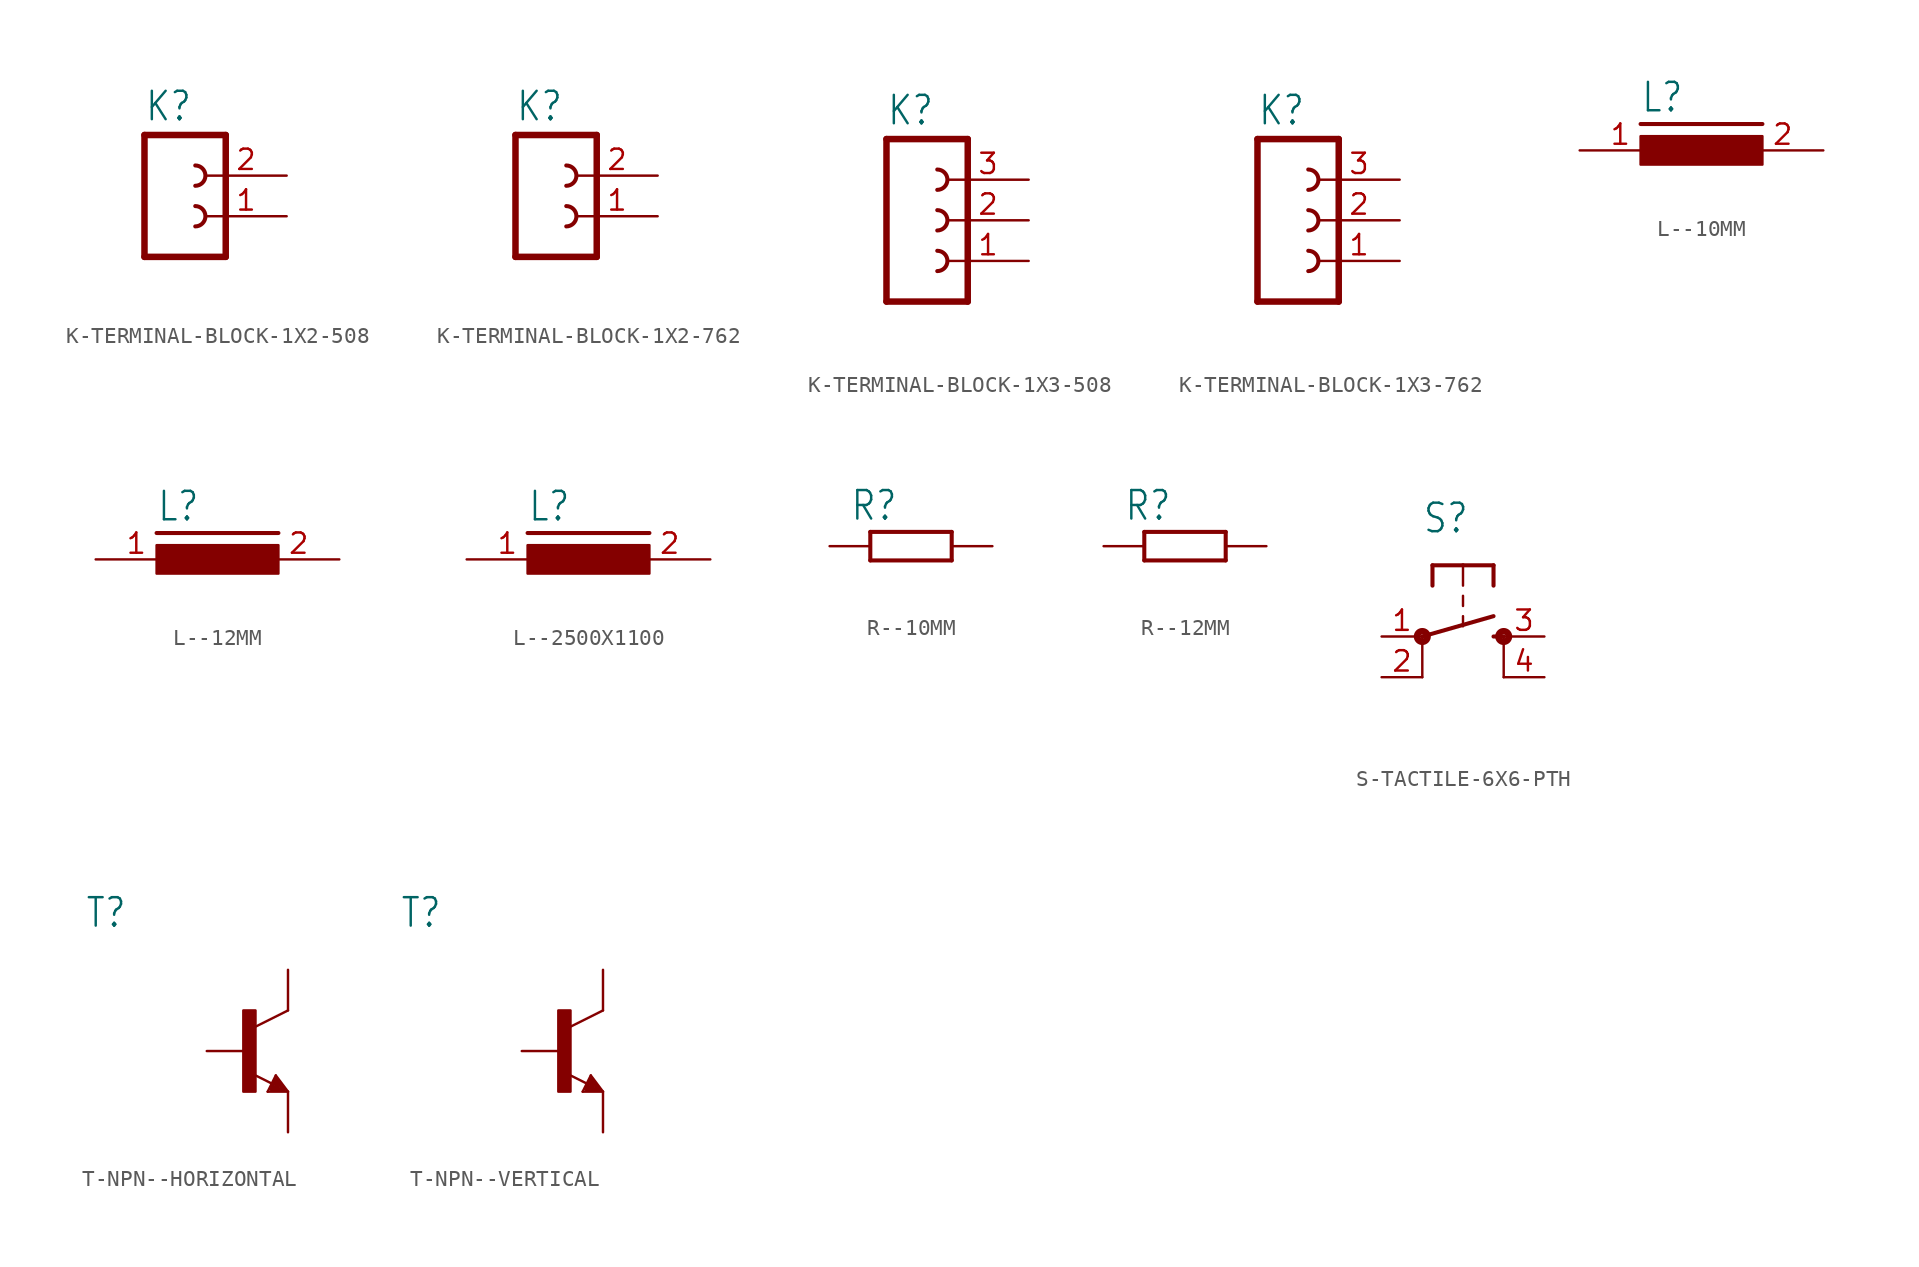
<source format=kicad_sym>
(kicad_symbol_lib
  (version 20231120)
  (generator "kicad_symbol_editor")
  (generator_version "8.0")
  (symbol "K-TERMINAL-BLOCK-1X2-508"
    (property "Reference" "K"
      (at -1.27 3.302 0)
      (effects (font (size 1.778 1.511)) (justify left bottom)))
    (property "Value" ""
      (at -1.27 -7.62 0)
      (effects (font (size 1.778 1.511)) (justify left bottom)))
    (property "ki_locked" ""
      (at 0 0 0)
      (effects (font (size 1.27 1.27))))
    (symbol "K-TERMINAL-BLOCK-1X2-508_1_0"
      (polyline (pts (xy -1.27 2.54) (xy -1.27 -5.08)) (stroke (width 0.406) (type solid)) (fill (type none)))
      (polyline (pts (xy -1.27 2.54) (xy 3.81 2.54)) (stroke (width 0.406) (type solid)) (fill (type none)))
      (polyline (pts (xy 3.81 -5.08) (xy -1.27 -5.08)) (stroke (width 0.406) (type solid)) (fill (type none)))
      (polyline (pts (xy 3.81 -5.08) (xy 3.81 2.54)) (stroke (width 0.406) (type solid)) (fill (type none)))
      (arc (start 1.905 -3.175) (mid 2.54 -2.54) (end 1.905 -1.905) (stroke (width 0.254) (type solid)) (fill (type none)))
      (arc (start 1.905 -0.635) (mid 2.54 0) (end 1.905 0.635) (stroke (width 0.254) (type solid)) (fill (type none)))
      (pin passive line (at 7.62 -2.54 180) (length 5.08) (name "1" (effects (font (size 0 0)))) (number "1" (effects (font (size 1.27 1.27)))))
      (pin passive line (at 7.62 0 180) (length 5.08) (name "2" (effects (font (size 0 0)))) (number "2" (effects (font (size 1.27 1.27)))))))
  (symbol "K-TERMINAL-BLOCK-1X2-762"
    (property "Reference" "K"
      (at -1.27 3.302 0)
      (effects (font (size 1.778 1.511)) (justify left bottom)))
    (property "Value" ""
      (at -1.27 -7.62 0)
      (effects (font (size 1.778 1.511)) (justify left bottom)))
    (property "ki_locked" ""
      (at 0 0 0)
      (effects (font (size 1.27 1.27))))
    (symbol "K-TERMINAL-BLOCK-1X2-762_1_0"
      (polyline (pts (xy -1.27 2.54) (xy -1.27 -5.08)) (stroke (width 0.406) (type solid)) (fill (type none)))
      (polyline (pts (xy -1.27 2.54) (xy 3.81 2.54)) (stroke (width 0.406) (type solid)) (fill (type none)))
      (polyline (pts (xy 3.81 -5.08) (xy -1.27 -5.08)) (stroke (width 0.406) (type solid)) (fill (type none)))
      (polyline (pts (xy 3.81 -5.08) (xy 3.81 2.54)) (stroke (width 0.406) (type solid)) (fill (type none)))
      (arc (start 1.905 -3.175) (mid 2.54 -2.54) (end 1.905 -1.905) (stroke (width 0.254) (type solid)) (fill (type none)))
      (arc (start 1.905 -0.635) (mid 2.54 0) (end 1.905 0.635) (stroke (width 0.254) (type solid)) (fill (type none)))
      (pin passive line (at 7.62 -2.54 180) (length 5.08) (name "1" (effects (font (size 0 0)))) (number "1" (effects (font (size 1.27 1.27)))))
      (pin passive line (at 7.62 0 180) (length 5.08) (name "2" (effects (font (size 0 0)))) (number "2" (effects (font (size 1.27 1.27)))))))
  (symbol "K-TERMINAL-BLOCK-1X3-508"
    (property "Reference" "K"
      (at -1.27 5.842 0)
      (effects (font (size 1.778 1.511)) (justify left bottom)))
    (property "Value" ""
      (at -1.27 -7.62 0)
      (effects (font (size 1.778 1.511)) (justify left bottom)))
    (property "ki_locked" ""
      (at 0 0 0)
      (effects (font (size 1.27 1.27))))
    (symbol "K-TERMINAL-BLOCK-1X3-508_1_0"
      (polyline (pts (xy -1.27 5.08) (xy -1.27 -5.08)) (stroke (width 0.406) (type solid)) (fill (type none)))
      (polyline (pts (xy -1.27 5.08) (xy 3.81 5.08)) (stroke (width 0.406) (type solid)) (fill (type none)))
      (polyline (pts (xy 3.81 -5.08) (xy -1.27 -5.08)) (stroke (width 0.406) (type solid)) (fill (type none)))
      (polyline (pts (xy 3.81 -5.08) (xy 3.81 5.08)) (stroke (width 0.406) (type solid)) (fill (type none)))
      (arc (start 1.905 -3.175) (mid 2.54 -2.54) (end 1.905 -1.905) (stroke (width 0.254) (type solid)) (fill (type none)))
      (arc (start 1.905 -0.635) (mid 2.54 0) (end 1.905 0.635) (stroke (width 0.254) (type solid)) (fill (type none)))
      (arc (start 1.905 1.905) (mid 2.54 2.54) (end 1.905 3.175) (stroke (width 0.254) (type solid)) (fill (type none)))
      (pin passive line (at 7.62 -2.54 180) (length 5.08) (name "1" (effects (font (size 0 0)))) (number "1" (effects (font (size 1.27 1.27)))))
      (pin passive line (at 7.62 0 180) (length 5.08) (name "2" (effects (font (size 0 0)))) (number "2" (effects (font (size 1.27 1.27)))))
      (pin passive line (at 7.62 2.54 180) (length 5.08) (name "3" (effects (font (size 0 0)))) (number "3" (effects (font (size 1.27 1.27)))))))
  (symbol "K-TERMINAL-BLOCK-1X3-762"
    (property "Reference" "K"
      (at -1.27 5.842 0)
      (effects (font (size 1.778 1.511)) (justify left bottom)))
    (property "Value" ""
      (at -1.27 -7.62 0)
      (effects (font (size 1.778 1.511)) (justify left bottom)))
    (property "ki_locked" ""
      (at 0 0 0)
      (effects (font (size 1.27 1.27))))
    (symbol "K-TERMINAL-BLOCK-1X3-762_1_0"
      (polyline (pts (xy -1.27 5.08) (xy -1.27 -5.08)) (stroke (width 0.406) (type solid)) (fill (type none)))
      (polyline (pts (xy -1.27 5.08) (xy 3.81 5.08)) (stroke (width 0.406) (type solid)) (fill (type none)))
      (polyline (pts (xy 3.81 -5.08) (xy -1.27 -5.08)) (stroke (width 0.406) (type solid)) (fill (type none)))
      (polyline (pts (xy 3.81 -5.08) (xy 3.81 5.08)) (stroke (width 0.406) (type solid)) (fill (type none)))
      (arc (start 1.905 -3.175) (mid 2.54 -2.54) (end 1.905 -1.905) (stroke (width 0.254) (type solid)) (fill (type none)))
      (arc (start 1.905 -0.635) (mid 2.54 0) (end 1.905 0.635) (stroke (width 0.254) (type solid)) (fill (type none)))
      (arc (start 1.905 1.905) (mid 2.54 2.54) (end 1.905 3.175) (stroke (width 0.254) (type solid)) (fill (type none)))
      (pin passive line (at 7.62 -2.54 180) (length 5.08) (name "1" (effects (font (size 0 0)))) (number "1" (effects (font (size 1.27 1.27)))))
      (pin passive line (at 7.62 0 180) (length 5.08) (name "2" (effects (font (size 0 0)))) (number "2" (effects (font (size 1.27 1.27)))))
      (pin passive line (at 7.62 2.54 180) (length 5.08) (name "3" (effects (font (size 0 0)))) (number "3" (effects (font (size 1.27 1.27)))))))
  (symbol "L--10MM"
    (property "Reference" "L"
      (at -3.81 2.286 0)
      (effects (font (size 1.778 1.511)) (justify left bottom)))
    (property "Value" ""
      (at -3.937 -3.048 0)
      (effects (font (size 1.778 1.511)) (justify left bottom)))
    (property "ki_locked" ""
      (at 0 0 0)
      (effects (font (size 1.27 1.27))))
    (symbol "L--10MM_1_0"
      (rectangle (start -3.81 -0.889) (end 3.81 0.889) (stroke (width 0) (type default)) (fill (type outline)))
      (polyline (pts (xy -3.81 1.651) (xy 3.81 1.651)) (stroke (width 0.254) (type solid)) (fill (type none)))
      (pin passive line (at -7.62 0 0) (length 5.08) (name "1" (effects (font (size 0 0)))) (number "1" (effects (font (size 1.27 1.27)))))
      (pin passive line (at 7.62 0 180) (length 5.08) (name "2" (effects (font (size 0 0)))) (number "2" (effects (font (size 1.27 1.27)))))))
  (symbol "L--12MM"
    (property "Reference" "L"
      (at -3.81 2.286 0)
      (effects (font (size 1.778 1.511)) (justify left bottom)))
    (property "Value" ""
      (at -3.937 -3.048 0)
      (effects (font (size 1.778 1.511)) (justify left bottom)))
    (property "ki_locked" ""
      (at 0 0 0)
      (effects (font (size 1.27 1.27))))
    (symbol "L--12MM_1_0"
      (rectangle (start -3.81 -0.889) (end 3.81 0.889) (stroke (width 0) (type default)) (fill (type outline)))
      (polyline (pts (xy -3.81 1.651) (xy 3.81 1.651)) (stroke (width 0.254) (type solid)) (fill (type none)))
      (pin passive line (at -7.62 0 0) (length 5.08) (name "1" (effects (font (size 0 0)))) (number "1" (effects (font (size 1.27 1.27)))))
      (pin passive line (at 7.62 0 180) (length 5.08) (name "2" (effects (font (size 0 0)))) (number "2" (effects (font (size 1.27 1.27)))))))
  (symbol "L--2500X1100"
    (property "Reference" "L"
      (at -3.81 2.286 0)
      (effects (font (size 1.778 1.511)) (justify left bottom)))
    (property "Value" ""
      (at -3.937 -3.048 0)
      (effects (font (size 1.778 1.511)) (justify left bottom)))
    (property "ki_locked" ""
      (at 0 0 0)
      (effects (font (size 1.27 1.27))))
    (symbol "L--2500X1100_1_0"
      (rectangle (start -3.81 -0.889) (end 3.81 0.889) (stroke (width 0) (type default)) (fill (type outline)))
      (polyline (pts (xy -3.81 1.651) (xy 3.81 1.651)) (stroke (width 0.254) (type solid)) (fill (type none)))
      (pin passive line (at -7.62 0 0) (length 5.08) (name "1" (effects (font (size 0 0)))) (number "1" (effects (font (size 1.27 1.27)))))
      (pin passive line (at 7.62 0 180) (length 5.08) (name "2" (effects (font (size 0 0)))) (number "2" (effects (font (size 1.27 1.27)))))))
  (symbol "R--10MM"
    (property "Reference" "R"
      (at -3.81 1.499 0)
      (effects (font (size 1.778 1.511)) (justify left bottom)))
    (property "Value" ""
      (at -3.81 -3.302 0)
      (effects (font (size 1.778 1.511)) (justify left bottom)))
    (property "ki_locked" ""
      (at 0 0 0)
      (effects (font (size 1.27 1.27))))
    (symbol "R--10MM_1_0"
      (polyline (pts (xy -2.54 -0.889) (xy -2.54 0.889)) (stroke (width 0.254) (type solid)) (fill (type none)))
      (polyline (pts (xy -2.54 -0.889) (xy 2.54 -0.889)) (stroke (width 0.254) (type solid)) (fill (type none)))
      (polyline (pts (xy 2.54 -0.889) (xy 2.54 0.889)) (stroke (width 0.254) (type solid)) (fill (type none)))
      (polyline (pts (xy 2.54 0.889) (xy -2.54 0.889)) (stroke (width 0.254) (type solid)) (fill (type none)))
      (pin passive line (at -5.08 0 0) (length 2.54) (name "1" (effects (font (size 0 0)))) (number "1" (effects (font (size 0 0)))))
      (pin passive line (at 5.08 0 180) (length 2.54) (name "2" (effects (font (size 0 0)))) (number "2" (effects (font (size 0 0)))))))
  (symbol "R--12MM"
    (property "Reference" "R"
      (at -3.81 1.499 0)
      (effects (font (size 1.778 1.511)) (justify left bottom)))
    (property "Value" ""
      (at -3.81 -3.302 0)
      (effects (font (size 1.778 1.511)) (justify left bottom)))
    (property "ki_locked" ""
      (at 0 0 0)
      (effects (font (size 1.27 1.27))))
    (symbol "R--12MM_1_0"
      (polyline (pts (xy -2.54 -0.889) (xy -2.54 0.889)) (stroke (width 0.254) (type solid)) (fill (type none)))
      (polyline (pts (xy -2.54 -0.889) (xy 2.54 -0.889)) (stroke (width 0.254) (type solid)) (fill (type none)))
      (polyline (pts (xy 2.54 -0.889) (xy 2.54 0.889)) (stroke (width 0.254) (type solid)) (fill (type none)))
      (polyline (pts (xy 2.54 0.889) (xy -2.54 0.889)) (stroke (width 0.254) (type solid)) (fill (type none)))
      (pin passive line (at -5.08 0 0) (length 2.54) (name "1" (effects (font (size 0 0)))) (number "1" (effects (font (size 0 0)))))
      (pin passive line (at 5.08 0 180) (length 2.54) (name "2" (effects (font (size 0 0)))) (number "2" (effects (font (size 0 0)))))))
  (symbol "S-TACTILE-6X6-PTH"
    (property "Reference" "S"
      (at -2.54 6.35 0)
      (effects (font (size 1.778 1.511)) (justify left bottom)))
    (property "Value" ""
      (at -2.54 -6.35 0)
      (effects (font (size 1.778 1.511)) (justify left bottom)))
    (property "ki_locked" ""
      (at 0 0 0)
      (effects (font (size 1.27 1.27))))
    (symbol "S-TACTILE-6X6-PTH_1_0"
      (circle (center -2.54 0) (radius 0.127) (stroke (width 0.406) (type solid)) (fill (type none)))
      (polyline (pts (xy -2.54 -2.54) (xy -2.54 0)) (stroke (width 0.152) (type solid)) (fill (type none)))
      (polyline (pts (xy -2.54 0) (xy 1.905 1.27)) (stroke (width 0.254) (type solid)) (fill (type none)))
      (polyline (pts (xy -1.905 4.445) (xy -1.905 3.175)) (stroke (width 0.254) (type solid)) (fill (type none)))
      (polyline (pts (xy 0 1.27) (xy 0 0.635)) (stroke (width 0.152) (type solid)) (fill (type none)))
      (polyline (pts (xy 0 2.54) (xy 0 1.905)) (stroke (width 0.152) (type solid)) (fill (type none)))
      (polyline (pts (xy 0 4.445) (xy -1.905 4.445)) (stroke (width 0.254) (type solid)) (fill (type none)))
      (polyline (pts (xy 0 4.445) (xy 0 3.175)) (stroke (width 0.152) (type solid)) (fill (type none)))
      (polyline (pts (xy 1.905 0) (xy 2.54 0)) (stroke (width 0.254) (type solid)) (fill (type none)))
      (polyline (pts (xy 1.905 4.445) (xy 0 4.445)) (stroke (width 0.254) (type solid)) (fill (type none)))
      (polyline (pts (xy 1.905 4.445) (xy 1.905 3.175)) (stroke (width 0.254) (type solid)) (fill (type none)))
      (polyline (pts (xy 2.54 -2.54) (xy 2.54 0)) (stroke (width 0.152) (type solid)) (fill (type none)))
      (circle (center 2.54 0) (radius 0.127) (stroke (width 0.406) (type solid)) (fill (type none)))
      (pin passive line (at -5.08 0 0) (length 2.54) (name "1" (effects (font (size 0 0)))) (number "1" (effects (font (size 1.27 1.27)))))
      (pin passive line (at -5.08 -2.54 0) (length 2.54) (name "2" (effects (font (size 0 0)))) (number "2" (effects (font (size 1.27 1.27)))))
      (pin passive line (at 5.08 0 180) (length 2.54) (name "3" (effects (font (size 0 0)))) (number "3" (effects (font (size 1.27 1.27)))))
      (pin passive line (at 5.08 -2.54 180) (length 2.54) (name "4" (effects (font (size 0 0)))) (number "4" (effects (font (size 1.27 1.27)))))))
  (symbol "T-NPN--HORIZONTAL"
    (property "Reference" "T"
      (at -10.16 7.62 0)
      (effects (font (size 1.778 1.511)) (justify left bottom)))
    (property "Value" ""
      (at -10.16 5.08 0)
      (effects (font (size 1.778 1.511)) (justify left bottom)))
    (property "ki_locked" ""
      (at 0 0 0)
      (effects (font (size 1.27 1.27))))
    (symbol "T-NPN--HORIZONTAL_1_0"
      (rectangle (start -0.254 -2.54) (end 0.508 2.54) (stroke (width 0) (type default)) (fill (type outline)))
      (polyline (pts (xy 1.27 -2.54) (xy 1.778 -1.524)) (stroke (width 0.152) (type solid)) (fill (type none)))
      (polyline (pts (xy 1.524 -2.413) (xy 2.286 -2.413)) (stroke (width 0.254) (type solid)) (fill (type none)))
      (polyline (pts (xy 1.524 -2.286) (xy 1.905 -2.286)) (stroke (width 0.254) (type solid)) (fill (type none)))
      (polyline (pts (xy 1.54 -2.04) (xy 0.308 -1.424)) (stroke (width 0.152) (type solid)) (fill (type none)))
      (polyline (pts (xy 1.778 -1.778) (xy 1.524 -2.286)) (stroke (width 0.254) (type solid)) (fill (type none)))
      (polyline (pts (xy 1.778 -1.524) (xy 2.54 -2.54)) (stroke (width 0.152) (type solid)) (fill (type none)))
      (polyline (pts (xy 1.905 -2.286) (xy 1.778 -2.032)) (stroke (width 0.254) (type solid)) (fill (type none)))
      (polyline (pts (xy 2.286 -2.413) (xy 1.778 -1.778)) (stroke (width 0.254) (type solid)) (fill (type none)))
      (polyline (pts (xy 2.54 -2.54) (xy 1.27 -2.54)) (stroke (width 0.152) (type solid)) (fill (type none)))
      (polyline (pts (xy 2.54 2.54) (xy 0.508 1.524)) (stroke (width 0.152) (type solid)) (fill (type none)))
      (pin passive line (at -2.54 0 0) (length 2.54) (name "B" (effects (font (size 0 0)))) (number "1" (effects (font (size 0 0)))))
      (pin passive line (at 2.54 5.08 270) (length 2.54) (name "C" (effects (font (size 0 0)))) (number "2" (effects (font (size 0 0)))))
      (pin passive line (at 2.54 -5.08 90) (length 2.54) (name "E" (effects (font (size 0 0)))) (number "3" (effects (font (size 0 0)))))))
  (symbol "T-NPN--VERTICAL"
    (property "Reference" "T"
      (at -10.16 7.62 0)
      (effects (font (size 1.778 1.511)) (justify left bottom)))
    (property "Value" ""
      (at -10.16 5.08 0)
      (effects (font (size 1.778 1.511)) (justify left bottom)))
    (property "ki_locked" ""
      (at 0 0 0)
      (effects (font (size 1.27 1.27))))
    (symbol "T-NPN--VERTICAL_1_0"
      (rectangle (start -0.254 -2.54) (end 0.508 2.54) (stroke (width 0) (type default)) (fill (type outline)))
      (polyline (pts (xy 1.27 -2.54) (xy 1.778 -1.524)) (stroke (width 0.152) (type solid)) (fill (type none)))
      (polyline (pts (xy 1.524 -2.413) (xy 2.286 -2.413)) (stroke (width 0.254) (type solid)) (fill (type none)))
      (polyline (pts (xy 1.524 -2.286) (xy 1.905 -2.286)) (stroke (width 0.254) (type solid)) (fill (type none)))
      (polyline (pts (xy 1.54 -2.04) (xy 0.308 -1.424)) (stroke (width 0.152) (type solid)) (fill (type none)))
      (polyline (pts (xy 1.778 -1.778) (xy 1.524 -2.286)) (stroke (width 0.254) (type solid)) (fill (type none)))
      (polyline (pts (xy 1.778 -1.524) (xy 2.54 -2.54)) (stroke (width 0.152) (type solid)) (fill (type none)))
      (polyline (pts (xy 1.905 -2.286) (xy 1.778 -2.032)) (stroke (width 0.254) (type solid)) (fill (type none)))
      (polyline (pts (xy 2.286 -2.413) (xy 1.778 -1.778)) (stroke (width 0.254) (type solid)) (fill (type none)))
      (polyline (pts (xy 2.54 -2.54) (xy 1.27 -2.54)) (stroke (width 0.152) (type solid)) (fill (type none)))
      (polyline (pts (xy 2.54 2.54) (xy 0.508 1.524)) (stroke (width 0.152) (type solid)) (fill (type none)))
      (pin passive line (at -2.54 0 0) (length 2.54) (name "B" (effects (font (size 0 0)))) (number "1" (effects (font (size 0 0)))))
      (pin passive line (at 2.54 5.08 270) (length 2.54) (name "C" (effects (font (size 0 0)))) (number "2" (effects (font (size 0 0)))))
      (pin passive line (at 2.54 -5.08 90) (length 2.54) (name "E" (effects (font (size 0 0)))) (number "3" (effects (font (size 0 0))))))))
</source>
